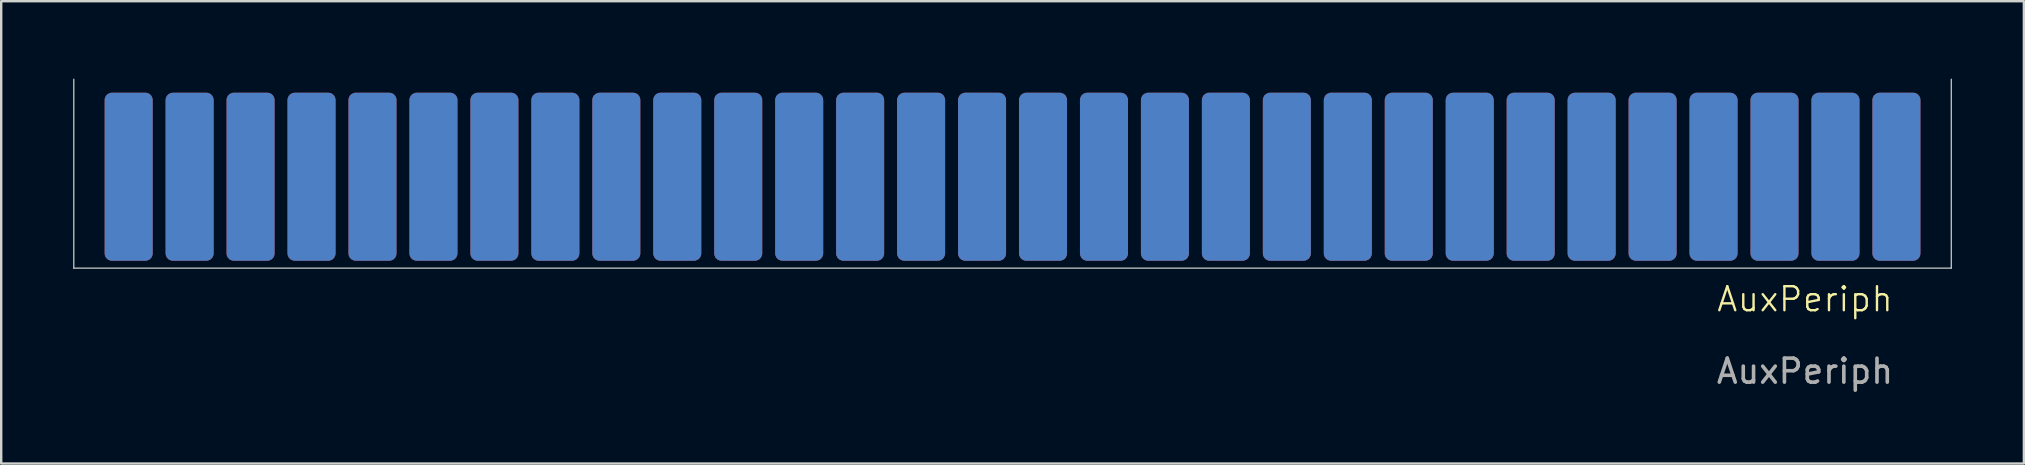
<source format=kicad_pcb>
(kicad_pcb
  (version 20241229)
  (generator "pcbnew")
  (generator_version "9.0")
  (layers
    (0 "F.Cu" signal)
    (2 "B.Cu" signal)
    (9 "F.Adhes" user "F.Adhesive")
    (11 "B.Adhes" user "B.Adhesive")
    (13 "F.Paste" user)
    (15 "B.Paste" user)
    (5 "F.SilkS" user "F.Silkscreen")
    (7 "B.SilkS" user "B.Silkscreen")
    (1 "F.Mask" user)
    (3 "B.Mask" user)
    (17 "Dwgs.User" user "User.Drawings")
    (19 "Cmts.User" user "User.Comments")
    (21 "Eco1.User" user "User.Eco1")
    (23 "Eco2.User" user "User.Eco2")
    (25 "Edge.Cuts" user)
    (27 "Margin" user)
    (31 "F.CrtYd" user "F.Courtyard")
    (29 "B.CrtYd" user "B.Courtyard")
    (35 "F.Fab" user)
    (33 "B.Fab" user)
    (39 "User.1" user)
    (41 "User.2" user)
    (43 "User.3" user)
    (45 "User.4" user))
  (footprint "AuxPeriph"
    (layer "F.Cu")
    (at 39.141 0.25)
    (property "Reference" "AuxPeriph" (at 33.02 9.168 0) (unlocked yes) (layer "F.SilkS") (effects (font (size 1 1) (thickness 0.1))))
    (attr smd)
    (fp_line (start -39.116 0) (end -39.116 7.874) (stroke (width 0.05) (type default)) (layer "Edge.Cuts"))
    (fp_line (start -39.116 7.874) (end 39.116 7.874) (stroke (width 0.05) (type solid)) (layer "Edge.Cuts"))
    (fp_line (start 39.116 7.874) (end 39.116 0) (stroke (width 0.05) (type default)) (layer "Edge.Cuts"))
    (fp_text user "${REFERENCE}" (at 33.02 12.168 0) (unlocked yes) (layer "F.Fab") (effects (font (size 1 1) (thickness 0.15))))
    (pad "1" smd roundrect (at -36.83 4.064) (size 2 7) (layers "F.Cu" "F.Mask" "F.Paste") (roundrect_rratio 0.15))
    (pad "2" smd roundrect (at -34.29 4.064) (size 2 7) (layers "F.Cu" "F.Mask" "F.Paste") (roundrect_rratio 0.15))
    (pad "3" smd roundrect (at -31.75 4.064) (size 2 7) (layers "F.Cu" "F.Mask" "F.Paste") (roundrect_rratio 0.15))
    (pad "4" smd roundrect (at -29.21 4.064) (size 2 7) (layers "F.Cu" "F.Mask" "F.Paste") (roundrect_rratio 0.15))
    (pad "5" smd roundrect (at -26.67 4.064) (size 2 7) (layers "F.Cu" "F.Mask" "F.Paste") (roundrect_rratio 0.15))
    (pad "6" smd roundrect (at -24.13 4.064) (size 2 7) (layers "F.Cu" "F.Mask" "F.Paste") (roundrect_rratio 0.15))
    (pad "7" smd roundrect (at -21.59 4.064) (size 2 7) (layers "F.Cu" "F.Mask" "F.Paste") (roundrect_rratio 0.15))
    (pad "8" smd roundrect (at -19.05 4.064) (size 2 7) (layers "F.Cu" "F.Mask" "F.Paste") (roundrect_rratio 0.15))
    (pad "9" smd roundrect (at -16.51 4.064) (size 2 7) (layers "F.Cu" "F.Mask" "F.Paste") (roundrect_rratio 0.15))
    (pad "10" smd roundrect (at -13.97 4.064) (size 2 7) (layers "F.Cu" "F.Mask" "F.Paste") (roundrect_rratio 0.15))
    (pad "11" smd roundrect (at -11.43 4.064) (size 2 7) (layers "F.Cu" "F.Mask" "F.Paste") (roundrect_rratio 0.15))
    (pad "12" smd roundrect (at -8.89 4.064) (size 2 7) (layers "F.Cu" "F.Mask" "F.Paste") (roundrect_rratio 0.15))
    (pad "13" smd roundrect (at -6.35 4.064) (size 2 7) (layers "F.Cu" "F.Mask" "F.Paste") (roundrect_rratio 0.15))
    (pad "14" smd roundrect (at -3.81 4.064) (size 2 7) (layers "F.Cu" "F.Mask" "F.Paste") (roundrect_rratio 0.15))
    (pad "15" smd roundrect (at -1.27 4.064) (size 2 7) (layers "F.Cu" "F.Mask" "F.Paste") (roundrect_rratio 0.15))
    (pad "16" smd roundrect (at 1.27 4.064) (size 2 7) (layers "F.Cu" "F.Mask" "F.Paste") (roundrect_rratio 0.15))
    (pad "17" smd roundrect (at 3.81 4.064) (size 2 7) (layers "F.Cu" "F.Mask" "F.Paste") (roundrect_rratio 0.15))
    (pad "18" smd roundrect (at 6.35 4.064) (size 2 7) (layers "F.Cu" "F.Mask" "F.Paste") (roundrect_rratio 0.15))
    (pad "19" smd roundrect (at 8.89 4.064) (size 2 7) (layers "F.Cu" "F.Mask" "F.Paste") (roundrect_rratio 0.15))
    (pad "20" smd roundrect (at 11.43 4.064) (size 2 7) (layers "F.Cu" "F.Mask" "F.Paste") (roundrect_rratio 0.15))
    (pad "21" smd roundrect (at 13.97 4.064) (size 2 7) (layers "F.Cu" "F.Mask" "F.Paste") (roundrect_rratio 0.15))
    (pad "22" smd roundrect (at 16.51 4.064) (size 2 7) (layers "F.Cu" "F.Mask" "F.Paste") (roundrect_rratio 0.15))
    (pad "23" smd roundrect (at 19.05 4.064) (size 2 7) (layers "F.Cu" "F.Mask" "F.Paste") (roundrect_rratio 0.15))
    (pad "24" smd roundrect (at 21.59 4.064) (size 2 7) (layers "F.Cu" "F.Mask" "F.Paste") (roundrect_rratio 0.15))
    (pad "25" smd roundrect (at 24.13 4.064) (size 2 7) (layers "F.Cu" "F.Mask" "F.Paste") (roundrect_rratio 0.15))
    (pad "26" smd roundrect (at 26.67 4.064) (size 2 7) (layers "F.Cu" "F.Mask" "F.Paste") (roundrect_rratio 0.15))
    (pad "27" smd roundrect (at 29.21 4.064) (size 2 7) (layers "F.Cu" "F.Mask" "F.Paste") (roundrect_rratio 0.15))
    (pad "28" smd roundrect (at 31.75 4.064) (size 2 7) (layers "F.Cu" "F.Mask" "F.Paste") (roundrect_rratio 0.15))
    (pad "29" smd roundrect (at 34.29 4.064) (size 2 7) (layers "F.Cu" "F.Mask" "F.Paste") (roundrect_rratio 0.15))
    (pad "30" smd roundrect (at 36.83 4.064) (size 2 7) (layers "F.Cu" "F.Mask" "F.Paste") (roundrect_rratio 0.15))
    (pad "31" smd roundrect (at 36.83 4.064) (size 2 7) (layers "B.Cu" "B.Mask" "B.Paste") (roundrect_rratio 0.15))
    (pad "32" smd roundrect (at 34.29 4.064) (size 2 7) (layers "B.Cu" "B.Mask" "B.Paste") (roundrect_rratio 0.15))
    (pad "33" smd roundrect (at 31.75 4.064) (size 2 7) (layers "B.Cu" "B.Mask" "B.Paste") (roundrect_rratio 0.15))
    (pad "34" smd roundrect (at 29.21 4.064) (size 2 7) (layers "B.Cu" "B.Mask" "B.Paste") (roundrect_rratio 0.15))
    (pad "35" smd roundrect (at 26.67 4.064) (size 2 7) (layers "B.Cu" "B.Mask" "B.Paste") (roundrect_rratio 0.15))
    (pad "36" smd roundrect (at 24.13 4.064) (size 2 7) (layers "B.Cu" "B.Mask" "B.Paste") (roundrect_rratio 0.15))
    (pad "37" smd roundrect (at 21.59 4.064) (size 2 7) (layers "B.Cu" "B.Mask" "B.Paste") (roundrect_rratio 0.15))
    (pad "38" smd roundrect (at 19.05 4.064) (size 2 7) (layers "B.Cu" "B.Mask" "B.Paste") (roundrect_rratio 0.15))
    (pad "39" smd roundrect (at 16.51 4.064) (size 2 7) (layers "B.Cu" "B.Mask" "B.Paste") (roundrect_rratio 0.15))
    (pad "40" smd roundrect (at 13.97 4.064) (size 2 7) (layers "B.Cu" "B.Mask" "B.Paste") (roundrect_rratio 0.15))
    (pad "41" smd roundrect (at 11.43 4.064) (size 2 7) (layers "B.Cu" "B.Mask" "B.Paste") (roundrect_rratio 0.15))
    (pad "42" smd roundrect (at 8.89 4.064) (size 2 7) (layers "B.Cu" "B.Mask" "B.Paste") (roundrect_rratio 0.15))
    (pad "43" smd roundrect (at 6.35 4.064) (size 2 7) (layers "B.Cu" "B.Mask" "B.Paste") (roundrect_rratio 0.15))
    (pad "44" smd roundrect (at 3.81 4.064) (size 2 7) (layers "B.Cu" "B.Mask" "B.Paste") (roundrect_rratio 0.15))
    (pad "45" smd roundrect (at 1.27 4.064) (size 2 7) (layers "B.Cu" "B.Mask" "B.Paste") (roundrect_rratio 0.15))
    (pad "46" smd roundrect (at -1.27 4.064) (size 2 7) (layers "B.Cu" "B.Mask" "B.Paste") (roundrect_rratio 0.15))
    (pad "47" smd roundrect (at -3.81 4.064) (size 2 7) (layers "B.Cu" "B.Mask" "B.Paste") (roundrect_rratio 0.15))
    (pad "48" smd roundrect (at -6.35 4.064) (size 2 7) (layers "B.Cu" "B.Mask" "B.Paste") (roundrect_rratio 0.15))
    (pad "49" smd roundrect (at -8.89 4.064) (size 2 7) (layers "B.Cu" "B.Mask" "B.Paste") (roundrect_rratio 0.15))
    (pad "50" smd roundrect (at -11.43 4.064) (size 2 7) (layers "B.Cu" "B.Mask" "B.Paste") (roundrect_rratio 0.15))
    (pad "51" smd roundrect (at -13.97 4.064) (size 2 7) (layers "B.Cu" "B.Mask" "B.Paste") (roundrect_rratio 0.15))
    (pad "52" smd roundrect (at -16.51 4.064) (size 2 7) (layers "B.Cu" "B.Mask" "B.Paste") (roundrect_rratio 0.15))
    (pad "53" smd roundrect (at -19.05 4.064) (size 2 7) (layers "B.Cu" "B.Mask" "B.Paste") (roundrect_rratio 0.15))
    (pad "54" smd roundrect (at -21.59 4.064) (size 2 7) (layers "B.Cu" "B.Mask" "B.Paste") (roundrect_rratio 0.15))
    (pad "55" smd roundrect (at -24.13 4.064) (size 2 7) (layers "B.Cu" "B.Mask" "B.Paste") (roundrect_rratio 0.15))
    (pad "56" smd roundrect (at -26.67 4.064) (size 2 7) (layers "B.Cu" "B.Mask" "B.Paste") (roundrect_rratio 0.15))
    (pad "57" smd roundrect (at -29.21 4.064) (size 2 7) (layers "B.Cu" "B.Mask" "B.Paste") (roundrect_rratio 0.15))
    (pad "58" smd roundrect (at -31.75 4.064) (size 2 7) (layers "B.Cu" "B.Mask" "B.Paste") (roundrect_rratio 0.15))
    (pad "59" smd roundrect (at -34.29 4.064) (size 2 7) (layers "B.Cu" "B.Mask" "B.Paste") (roundrect_rratio 0.15))
    (pad "60" smd roundrect (at -36.83 4.064) (size 2 7) (layers "B.Cu" "B.Mask" "B.Paste") (roundrect_rratio 0.15)))
  (gr_rect
    (start -3 -3)
    (end 81.282 16.266)
    (stroke (width 0.1) (type default))
    (fill no)
    (layer "Edge.Cuts")))
</source>
